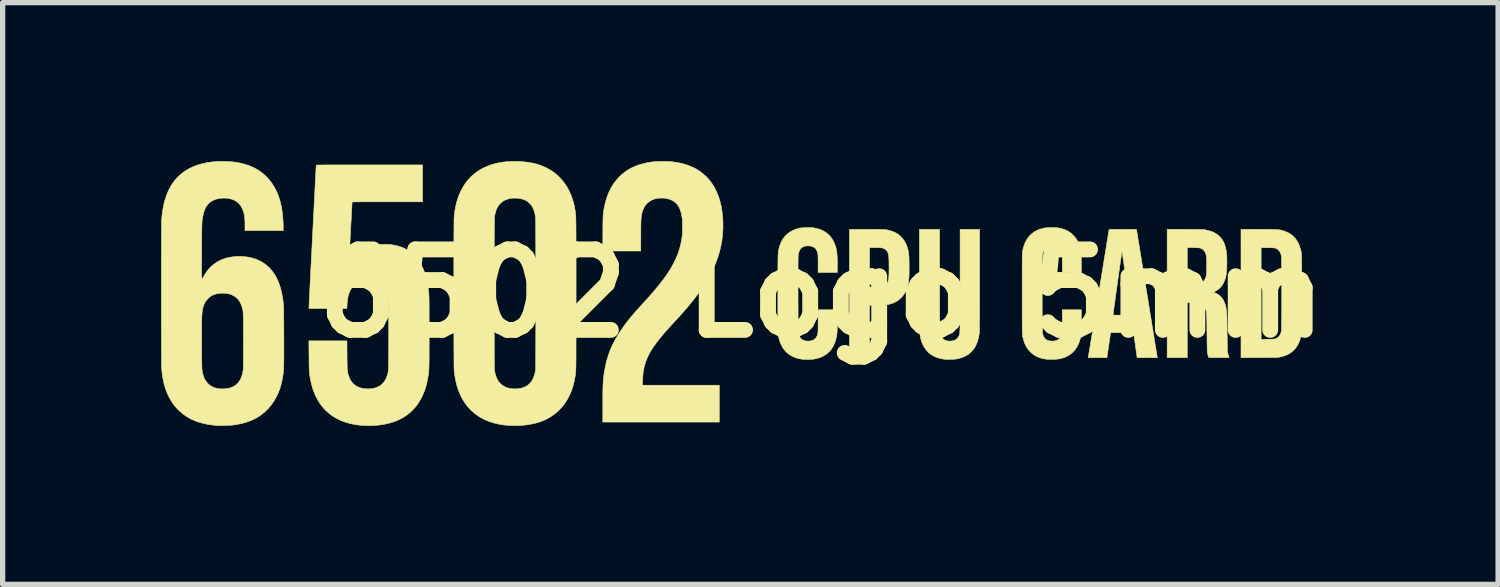
<source format=kicad_pcb>
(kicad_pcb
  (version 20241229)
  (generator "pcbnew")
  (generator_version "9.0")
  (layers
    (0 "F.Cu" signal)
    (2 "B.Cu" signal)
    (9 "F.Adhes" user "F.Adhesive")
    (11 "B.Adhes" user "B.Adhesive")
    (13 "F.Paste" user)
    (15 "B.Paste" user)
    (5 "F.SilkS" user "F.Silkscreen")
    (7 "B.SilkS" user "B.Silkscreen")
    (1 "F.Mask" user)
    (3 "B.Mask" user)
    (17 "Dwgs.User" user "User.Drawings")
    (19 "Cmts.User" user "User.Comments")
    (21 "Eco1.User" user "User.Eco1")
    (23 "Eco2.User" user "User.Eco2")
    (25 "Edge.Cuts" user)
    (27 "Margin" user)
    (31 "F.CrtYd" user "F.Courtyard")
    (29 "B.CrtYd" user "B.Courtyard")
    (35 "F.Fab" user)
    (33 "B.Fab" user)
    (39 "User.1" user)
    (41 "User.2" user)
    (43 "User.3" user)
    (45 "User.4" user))
  (footprint "6502 Logo 5mm"
    (layer "F.Cu")
    (at 12.506 2.506)
    (property "Reference" "6502 Logo 5mm" (at 0 0 0) (layer "F.SilkS") (effects (font (size 1.524 1.524) (thickness 0.3))))
    (attr through_hole)
    (fp_poly (pts (xy 0.839 -1.215) (xy 0.905 -1.215) (xy 0.963 -1.215) (xy 1.014 -1.214) (xy 1.058 -1.214) (xy 1.096 -1.213) (xy 1.13 -1.213) (xy 1.159 -1.211) (xy 1.184 -1.21) (xy 1.206 -1.208) (xy 1.225 -1.206) (xy 1.243 -1.203) (xy 1.26 -1.199) (xy 1.276 -1.195) (xy 1.293 -1.191) (xy 1.31 -1.185) (xy 1.321 -1.182) (xy 1.379 -1.16) (xy 1.432 -1.13) (xy 1.48 -1.094) (xy 1.522 -1.052) (xy 1.559 -1.004) (xy 1.59 -0.95) (xy 1.61 -0.904) (xy 1.619 -0.877) (xy 1.627 -0.851) (xy 1.634 -0.825) (xy 1.64 -0.798) (xy 1.645 -0.77) (xy 1.648 -0.738) (xy 1.651 -0.704) (xy 1.653 -0.664) (xy 1.654 -0.619) (xy 1.655 -0.568) (xy 1.655 -0.509) (xy 1.655 -0.496) (xy 1.655 -0.439) (xy 1.655 -0.39) (xy 1.654 -0.347) (xy 1.652 -0.31) (xy 1.65 -0.277) (xy 1.648 -0.248) (xy 1.645 -0.222) (xy 1.641 -0.197) (xy 1.636 -0.174) (xy 1.63 -0.15) (xy 1.626 -0.137) (xy 1.605 -0.074) (xy 1.577 -0.017) (xy 1.544 0.034) (xy 1.504 0.08) (xy 1.46 0.12) (xy 1.41 0.153) (xy 1.355 0.18) (xy 1.312 0.195) (xy 1.289 0.201) (xy 1.269 0.207) (xy 1.249 0.211) (xy 1.229 0.215) (xy 1.208 0.217) (xy 1.184 0.219) (xy 1.157 0.221) (xy 1.124 0.222) (xy 1.085 0.223) (xy 1.053 0.223) (xy 0.906 0.225) (xy 0.906 1.215) (xy 0.525 1.215) (xy 0.525 -0.868) (xy 0.906 -0.868) (xy 0.906 -0.123) (xy 1.015 -0.123) (xy 1.055 -0.123) (xy 1.086 -0.124) (xy 1.111 -0.125) (xy 1.13 -0.126) (xy 1.142 -0.128) (xy 1.145 -0.129) (xy 1.18 -0.141) (xy 1.208 -0.158) (xy 1.231 -0.18) (xy 1.248 -0.209) (xy 1.261 -0.243) (xy 1.268 -0.278) (xy 1.27 -0.295) (xy 1.271 -0.32) (xy 1.273 -0.35) (xy 1.274 -0.385) (xy 1.274 -0.424) (xy 1.275 -0.465) (xy 1.275 -0.507) (xy 1.274 -0.548) (xy 1.274 -0.588) (xy 1.273 -0.625) (xy 1.272 -0.658) (xy 1.27 -0.685) (xy 1.269 -0.706) (xy 1.268 -0.713) (xy 1.26 -0.752) (xy 1.248 -0.784) (xy 1.231 -0.81) (xy 1.21 -0.831) (xy 1.185 -0.847) (xy 1.172 -0.853) (xy 1.159 -0.858) (xy 1.145 -0.861) (xy 1.128 -0.864) (xy 1.108 -0.866) (xy 1.083 -0.867) (xy 1.053 -0.868) (xy 1.015 -0.868) (xy 1.012 -0.868) (xy 0.906 -0.868) (xy 0.525 -0.868) (xy 0.525 -1.215) (xy 0.839 -1.215)) (stroke (width 0.01) (type solid)) (fill yes) (layer "F.SilkS"))
    (fp_poly (pts (xy 2.232 -0.244) (xy 2.232 -0.136) (xy 2.232 -0.036) (xy 2.233 0.057) (xy 2.233 0.142) (xy 2.233 0.22) (xy 2.233 0.291) (xy 2.233 0.355) (xy 2.233 0.414) (xy 2.234 0.466) (xy 2.234 0.513) (xy 2.234 0.555) (xy 2.235 0.593) (xy 2.235 0.625) (xy 2.236 0.654) (xy 2.236 0.679) (xy 2.237 0.7) (xy 2.238 0.718) (xy 2.239 0.734) (xy 2.24 0.747) (xy 2.242 0.757) (xy 2.243 0.766) (xy 2.245 0.774) (xy 2.246 0.78) (xy 2.248 0.786) (xy 2.25 0.791) (xy 2.253 0.795) (xy 2.255 0.8) (xy 2.258 0.806) (xy 2.259 0.809) (xy 2.271 0.829) (xy 2.287 0.849) (xy 2.306 0.867) (xy 2.324 0.88) (xy 2.327 0.882) (xy 2.356 0.893) (xy 2.39 0.9) (xy 2.426 0.902) (xy 2.463 0.899) (xy 2.498 0.892) (xy 2.525 0.882) (xy 2.545 0.87) (xy 2.565 0.852) (xy 2.583 0.83) (xy 2.596 0.809) (xy 2.599 0.802) (xy 2.601 0.796) (xy 2.603 0.79) (xy 2.605 0.785) (xy 2.607 0.779) (xy 2.609 0.773) (xy 2.61 0.766) (xy 2.612 0.758) (xy 2.613 0.748) (xy 2.614 0.737) (xy 2.615 0.723) (xy 2.616 0.707) (xy 2.617 0.688) (xy 2.618 0.665) (xy 2.618 0.639) (xy 2.619 0.61) (xy 2.619 0.576) (xy 2.619 0.537) (xy 2.62 0.494) (xy 2.62 0.446) (xy 2.62 0.391) (xy 2.62 0.331) (xy 2.62 0.265) (xy 2.62 0.193) (xy 2.62 0.113) (xy 2.62 0.026) (xy 2.62 -0.068) (xy 2.62 -0.17) (xy 2.62 -0.25) (xy 2.62 -1.215) (xy 2.989 -1.215) (xy 2.989 -0.256) (xy 2.989 -0.131) (xy 2.989 -0.015) (xy 2.989 0.093) (xy 2.988 0.192) (xy 2.988 0.283) (xy 2.988 0.366) (xy 2.988 0.441) (xy 2.987 0.507) (xy 2.987 0.565) (xy 2.987 0.615) (xy 2.986 0.657) (xy 2.986 0.691) (xy 2.985 0.717) (xy 2.985 0.734) (xy 2.984 0.744) (xy 2.984 0.744) (xy 2.973 0.817) (xy 2.956 0.886) (xy 2.934 0.948) (xy 2.907 1.005) (xy 2.886 1.039) (xy 2.87 1.06) (xy 2.85 1.084) (xy 2.827 1.107) (xy 2.804 1.129) (xy 2.786 1.145) (xy 2.746 1.171) (xy 2.7 1.195) (xy 2.65 1.215) (xy 2.596 1.231) (xy 2.575 1.236) (xy 2.552 1.24) (xy 2.523 1.243) (xy 2.489 1.246) (xy 2.452 1.247) (xy 2.414 1.248) (xy 2.378 1.248) (xy 2.345 1.246) (xy 2.317 1.244) (xy 2.301 1.242) (xy 2.232 1.228) (xy 2.17 1.208) (xy 2.113 1.182) (xy 2.063 1.151) (xy 2.018 1.113) (xy 1.978 1.07) (xy 1.943 1.019) (xy 1.923 0.983) (xy 1.902 0.939) (xy 1.886 0.895) (xy 1.873 0.849) (xy 1.864 0.799) (xy 1.857 0.744) (xy 1.854 0.715) (xy 1.854 0.704) (xy 1.853 0.684) (xy 1.853 0.656) (xy 1.852 0.62) (xy 1.852 0.577) (xy 1.852 0.525) (xy 1.851 0.466) (xy 1.851 0.4) (xy 1.851 0.326) (xy 1.851 0.245) (xy 1.85 0.157) (xy 1.85 0.062) (xy 1.85 -0.039) (xy 1.85 -0.147) (xy 1.85 -0.261) (xy 1.85 -0.278) (xy 1.85 -1.215) (xy 2.231 -1.215) (xy 2.232 -0.244)) (stroke (width 0.01) (type solid)) (fill yes) (layer "F.SilkS"))
    (fp_poly (pts (xy 8.284 -1.214) (xy 8.348 -1.213) (xy 8.404 -1.213) (xy 8.453 -1.213) (xy 8.495 -1.213) (xy 8.532 -1.212) (xy 8.563 -1.211) (xy 8.59 -1.211) (xy 8.613 -1.21) (xy 8.633 -1.208) (xy 8.65 -1.207) (xy 8.664 -1.205) (xy 8.678 -1.203) (xy 8.691 -1.2) (xy 8.703 -1.197) (xy 8.717 -1.194) (xy 8.731 -1.189) (xy 8.74 -1.187) (xy 8.772 -1.176) (xy 8.806 -1.162) (xy 8.839 -1.146) (xy 8.87 -1.128) (xy 8.89 -1.114) (xy 8.933 -1.077) (xy 8.97 -1.036) (xy 9.002 -0.991) (xy 9.029 -0.94) (xy 9.051 -0.883) (xy 9.07 -0.819) (xy 9.079 -0.775) (xy 9.08 -0.769) (xy 9.081 -0.763) (xy 9.082 -0.757) (xy 9.083 -0.749) (xy 9.083 -0.739) (xy 9.084 -0.727) (xy 9.084 -0.713) (xy 9.085 -0.697) (xy 9.085 -0.676) (xy 9.086 -0.653) (xy 9.086 -0.625) (xy 9.086 -0.593) (xy 9.086 -0.556) (xy 9.086 -0.514) (xy 9.087 -0.467) (xy 9.087 -0.413) (xy 9.087 -0.354) (xy 9.087 -0.287) (xy 9.087 -0.213) (xy 9.087 -0.132) (xy 9.087 -0.043) (xy 9.087 0) (xy 9.087 0.093) (xy 9.087 0.177) (xy 9.087 0.254) (xy 9.087 0.324) (xy 9.087 0.387) (xy 9.087 0.443) (xy 9.086 0.493) (xy 9.086 0.538) (xy 9.086 0.577) (xy 9.086 0.611) (xy 9.086 0.641) (xy 9.085 0.666) (xy 9.085 0.688) (xy 9.085 0.706) (xy 9.084 0.721) (xy 9.083 0.734) (xy 9.083 0.745) (xy 9.082 0.753) (xy 9.081 0.76) (xy 9.081 0.767) (xy 9.08 0.772) (xy 9.079 0.775) (xy 9.065 0.839) (xy 9.047 0.896) (xy 9.026 0.947) (xy 9.001 0.992) (xy 8.972 1.034) (xy 8.945 1.064) (xy 8.907 1.1) (xy 8.865 1.131) (xy 8.819 1.157) (xy 8.767 1.178) (xy 8.709 1.195) (xy 8.666 1.205) (xy 8.658 1.206) (xy 8.65 1.207) (xy 8.64 1.208) (xy 8.627 1.209) (xy 8.612 1.21) (xy 8.593 1.211) (xy 8.57 1.211) (xy 8.543 1.212) (xy 8.51 1.212) (xy 8.472 1.213) (xy 8.427 1.213) (xy 8.375 1.213) (xy 8.316 1.214) (xy 8.284 1.214) (xy 7.938 1.215) (xy 7.938 0.868) (xy 8.319 0.868) (xy 8.442 0.867) (xy 8.48 0.866) (xy 8.51 0.866) (xy 8.534 0.865) (xy 8.552 0.864) (xy 8.566 0.863) (xy 8.577 0.861) (xy 8.585 0.859) (xy 8.588 0.858) (xy 8.621 0.844) (xy 8.648 0.823) (xy 8.67 0.797) (xy 8.687 0.764) (xy 8.699 0.724) (xy 8.702 0.71) (xy 8.703 0.701) (xy 8.704 0.685) (xy 8.704 0.661) (xy 8.705 0.63) (xy 8.706 0.593) (xy 8.706 0.551) (xy 8.707 0.503) (xy 8.707 0.451) (xy 8.708 0.395) (xy 8.708 0.335) (xy 8.708 0.273) (xy 8.708 0.208) (xy 8.708 0.142) (xy 8.709 0.074) (xy 8.709 0.006) (xy 8.709 -0.062) (xy 8.708 -0.13) (xy 8.708 -0.197) (xy 8.708 -0.262) (xy 8.708 -0.325) (xy 8.708 -0.385) (xy 8.707 -0.441) (xy 8.707 -0.494) (xy 8.706 -0.543) (xy 8.706 -0.586) (xy 8.705 -0.624) (xy 8.705 -0.656) (xy 8.704 -0.681) (xy 8.703 -0.699) (xy 8.702 -0.709) (xy 8.702 -0.71) (xy 8.693 -0.749) (xy 8.679 -0.781) (xy 8.662 -0.807) (xy 8.641 -0.829) (xy 8.63 -0.837) (xy 8.619 -0.844) (xy 8.608 -0.85) (xy 8.597 -0.855) (xy 8.584 -0.859) (xy 8.569 -0.862) (xy 8.549 -0.864) (xy 8.526 -0.865) (xy 8.496 -0.866) (xy 8.46 -0.867) (xy 8.442 -0.867) (xy 8.319 -0.868) (xy 8.319 0.868) (xy 7.938 0.868) (xy 7.938 -1.215) (xy 8.284 -1.214)) (stroke (width 0.01) (type solid)) (fill yes) (layer "F.SilkS"))
    (fp_poly (pts (xy 6.882 -1.214) (xy 6.944 -1.213) (xy 6.999 -1.213) (xy 7.046 -1.213) (xy 7.086 -1.213) (xy 7.12 -1.212) (xy 7.149 -1.212) (xy 7.174 -1.211) (xy 7.194 -1.211) (xy 7.211 -1.21) (xy 7.225 -1.209) (xy 7.236 -1.208) (xy 7.246 -1.207) (xy 7.255 -1.206) (xy 7.264 -1.205) (xy 7.271 -1.203) (xy 7.337 -1.187) (xy 7.397 -1.167) (xy 7.451 -1.141) (xy 7.498 -1.11) (xy 7.539 -1.074) (xy 7.574 -1.031) (xy 7.604 -0.983) (xy 7.628 -0.929) (xy 7.646 -0.868) (xy 7.66 -0.801) (xy 7.666 -0.748) (xy 7.668 -0.725) (xy 7.669 -0.696) (xy 7.67 -0.662) (xy 7.671 -0.624) (xy 7.671 -0.584) (xy 7.67 -0.544) (xy 7.67 -0.506) (xy 7.669 -0.471) (xy 7.667 -0.441) (xy 7.666 -0.428) (xy 7.658 -0.358) (xy 7.644 -0.294) (xy 7.624 -0.236) (xy 7.599 -0.184) (xy 7.568 -0.138) (xy 7.532 -0.099) (xy 7.491 -0.066) (xy 7.456 -0.045) (xy 7.441 -0.037) (xy 7.429 -0.03) (xy 7.422 -0.025) (xy 7.421 -0.024) (xy 7.425 -0.02) (xy 7.431 -0.018) (xy 7.438 -0.015) (xy 7.452 -0.009) (xy 7.468 -0.002) (xy 7.478 0.004) (xy 7.514 0.025) (xy 7.548 0.053) (xy 7.577 0.085) (xy 7.601 0.12) (xy 7.606 0.129) (xy 7.624 0.168) (xy 7.639 0.21) (xy 7.651 0.257) (xy 7.661 0.309) (xy 7.665 0.339) (xy 7.666 0.35) (xy 7.667 0.363) (xy 7.668 0.378) (xy 7.669 0.396) (xy 7.67 0.418) (xy 7.671 0.444) (xy 7.672 0.474) (xy 7.672 0.51) (xy 7.673 0.552) (xy 7.674 0.6) (xy 7.674 0.655) (xy 7.675 0.718) (xy 7.675 0.739) (xy 7.676 0.81) (xy 7.677 0.875) (xy 7.678 0.932) (xy 7.679 0.982) (xy 7.679 1.023) (xy 7.68 1.058) (xy 7.681 1.084) (xy 7.682 1.102) (xy 7.683 1.111) (xy 7.687 1.127) (xy 7.693 1.148) (xy 7.699 1.169) (xy 7.701 1.174) (xy 7.706 1.19) (xy 7.71 1.204) (xy 7.713 1.212) (xy 7.713 1.213) (xy 7.709 1.214) (xy 7.697 1.214) (xy 7.679 1.214) (xy 7.654 1.214) (xy 7.625 1.214) (xy 7.591 1.214) (xy 7.554 1.214) (xy 7.52 1.214) (xy 7.327 1.213) (xy 7.321 1.196) (xy 7.317 1.184) (xy 7.312 1.167) (xy 7.307 1.148) (xy 7.306 1.143) (xy 7.304 1.136) (xy 7.303 1.129) (xy 7.302 1.122) (xy 7.301 1.113) (xy 7.3 1.102) (xy 7.299 1.088) (xy 7.298 1.071) (xy 7.298 1.051) (xy 7.297 1.026) (xy 7.297 0.997) (xy 7.296 0.961) (xy 7.296 0.92) (xy 7.295 0.872) (xy 7.295 0.817) (xy 7.294 0.754) (xy 7.294 0.751) (xy 7.293 0.685) (xy 7.293 0.626) (xy 7.292 0.575) (xy 7.292 0.53) (xy 7.291 0.492) (xy 7.29 0.459) (xy 7.289 0.431) (xy 7.288 0.407) (xy 7.287 0.387) (xy 7.285 0.37) (xy 7.284 0.355) (xy 7.282 0.343) (xy 7.279 0.332) (xy 7.277 0.321) (xy 7.273 0.311) (xy 7.27 0.302) (xy 7.255 0.266) (xy 7.235 0.237) (xy 7.21 0.215) (xy 7.182 0.198) (xy 7.162 0.19) (xy 7.142 0.184) (xy 7.118 0.18) (xy 7.09 0.176) (xy 7.057 0.175) (xy 7.017 0.174) (xy 7.005 0.174) (xy 6.921 0.174) (xy 6.921 1.215) (xy 6.54 1.215) (xy 6.54 -0.868) (xy 6.921 -0.868) (xy 6.921 -0.173) (xy 7.02 -0.175) (xy 7.057 -0.176) (xy 7.086 -0.177) (xy 7.109 -0.178) (xy 7.126 -0.18) (xy 7.14 -0.183) (xy 7.143 -0.184) (xy 7.181 -0.198) (xy 7.213 -0.218) (xy 7.24 -0.245) (xy 7.26 -0.277) (xy 7.275 -0.316) (xy 7.28 -0.334) (xy 7.282 -0.349) (xy 7.284 -0.371) (xy 7.286 -0.399) (xy 7.287 -0.431) (xy 7.288 -0.467) (xy 7.288 -0.505) (xy 7.288 -0.543) (xy 7.288 -0.581) (xy 7.287 -0.617) (xy 7.286 -0.65) (xy 7.284 -0.678) (xy 7.282 -0.701) (xy 7.28 -0.717) (xy 7.28 -0.717) (xy 7.268 -0.759) (xy 7.252 -0.793) (xy 7.23 -0.821) (xy 7.203 -0.842) (xy 7.172 -0.857) (xy 7.146 -0.864) (xy 7.135 -0.865) (xy 7.118 -0.866) (xy 7.095 -0.867) (xy 7.068 -0.867) (xy 7.039 -0.868) (xy 7.023 -0.868) (xy 6.921 -0.868) (xy 6.54 -0.868) (xy 6.54 -1.215) (xy 6.882 -1.214)) (stroke (width 0.01) (type solid)) (fill yes) (layer "F.SilkS"))
    (fp_poly (pts (xy -2.942 -2.499) (xy -2.898 -2.498) (xy -2.858 -2.496) (xy -2.825 -2.493) (xy -2.819 -2.492) (xy -2.721 -2.477) (xy -2.628 -2.457) (xy -2.542 -2.431) (xy -2.461 -2.399) (xy -2.385 -2.362) (xy -2.315 -2.318) (xy -2.249 -2.268) (xy -2.187 -2.213) (xy -2.182 -2.208) (xy -2.125 -2.145) (xy -2.073 -2.075) (xy -2.027 -1.999) (xy -1.987 -1.918) (xy -1.952 -1.831) (xy -1.924 -1.739) (xy -1.901 -1.643) (xy -1.891 -1.581) (xy -1.877 -1.472) (xy -1.87 -1.36) (xy -1.869 -1.247) (xy -1.875 -1.136) (xy -1.886 -1.029) (xy -1.888 -1.012) (xy -1.907 -0.909) (xy -1.93 -0.808) (xy -1.959 -0.708) (xy -1.994 -0.608) (xy -2.035 -0.508) (xy -2.083 -0.408) (xy -2.137 -0.307) (xy -2.197 -0.205) (xy -2.265 -0.102) (xy -2.339 0.004) (xy -2.421 0.112) (xy -2.51 0.222) (xy -2.549 0.269) (xy -2.59 0.316) (xy -2.634 0.366) (xy -2.681 0.419) (xy -2.733 0.476) (xy -2.783 0.531) (xy -2.821 0.572) (xy -2.854 0.608) (xy -2.883 0.64) (xy -2.908 0.667) (xy -2.93 0.692) (xy -2.951 0.715) (xy -2.969 0.736) (xy -2.987 0.757) (xy -3.006 0.779) (xy -3.024 0.8) (xy -3.083 0.872) (xy -3.135 0.94) (xy -3.181 1.005) (xy -3.222 1.066) (xy -3.257 1.126) (xy -3.287 1.184) (xy -3.312 1.241) (xy -3.334 1.297) (xy -3.348 1.344) (xy -3.359 1.385) (xy -3.368 1.426) (xy -3.376 1.466) (xy -3.381 1.508) (xy -3.385 1.554) (xy -3.388 1.606) (xy -3.389 1.641) (xy -3.392 1.736) (xy -1.939 1.736) (xy -1.939 2.434) (xy -4.144 2.434) (xy -4.144 2.109) (xy -4.144 2.034) (xy -4.144 1.967) (xy -4.144 1.907) (xy -4.143 1.853) (xy -4.142 1.805) (xy -4.141 1.761) (xy -4.139 1.721) (xy -4.137 1.685) (xy -4.135 1.651) (xy -4.132 1.619) (xy -4.129 1.587) (xy -4.125 1.556) (xy -4.121 1.525) (xy -4.116 1.492) (xy -4.114 1.482) (xy -4.094 1.371) (xy -4.069 1.266) (xy -4.038 1.165) (xy -4.002 1.067) (xy -3.959 0.971) (xy -3.909 0.874) (xy -3.852 0.778) (xy -3.816 0.722) (xy -3.779 0.667) (xy -3.741 0.613) (xy -3.701 0.559) (xy -3.659 0.504) (xy -3.613 0.448) (xy -3.564 0.39) (xy -3.51 0.328) (xy -3.451 0.262) (xy -3.387 0.193) (xy -3.299 0.097) (xy -3.219 0.005) (xy -3.144 -0.082) (xy -3.076 -0.165) (xy -3.013 -0.246) (xy -2.957 -0.323) (xy -2.905 -0.398) (xy -2.859 -0.472) (xy -2.818 -0.543) (xy -2.782 -0.613) (xy -2.75 -0.683) (xy -2.722 -0.752) (xy -2.698 -0.821) (xy -2.679 -0.891) (xy -2.662 -0.962) (xy -2.649 -1.034) (xy -2.643 -1.075) (xy -2.64 -1.1) (xy -2.638 -1.131) (xy -2.637 -1.167) (xy -2.636 -1.206) (xy -2.635 -1.246) (xy -2.635 -1.287) (xy -2.636 -1.326) (xy -2.637 -1.362) (xy -2.638 -1.393) (xy -2.64 -1.417) (xy -2.641 -1.422) (xy -2.652 -1.486) (xy -2.665 -1.543) (xy -2.682 -1.593) (xy -2.702 -1.636) (xy -2.726 -1.674) (xy -2.754 -1.707) (xy -2.787 -1.735) (xy -2.805 -1.748) (xy -2.846 -1.77) (xy -2.892 -1.787) (xy -2.942 -1.799) (xy -2.995 -1.806) (xy -3.049 -1.806) (xy -3.103 -1.802) (xy -3.156 -1.791) (xy -3.165 -1.788) (xy -3.215 -1.77) (xy -3.26 -1.744) (xy -3.3 -1.712) (xy -3.334 -1.674) (xy -3.363 -1.63) (xy -3.386 -1.579) (xy -3.391 -1.565) (xy -3.397 -1.545) (xy -3.402 -1.527) (xy -3.407 -1.507) (xy -3.411 -1.487) (xy -3.414 -1.464) (xy -3.417 -1.439) (xy -3.419 -1.411) (xy -3.421 -1.379) (xy -3.422 -1.342) (xy -3.423 -1.3) (xy -3.424 -1.252) (xy -3.424 -1.198) (xy -3.425 -1.137) (xy -3.425 -1.081) (xy -3.425 -0.804) (xy -4.145 -0.804) (xy -4.143 -1.127) (xy -4.143 -1.191) (xy -4.143 -1.248) (xy -4.142 -1.298) (xy -4.142 -1.341) (xy -4.141 -1.379) (xy -4.14 -1.412) (xy -4.139 -1.441) (xy -4.138 -1.467) (xy -4.136 -1.49) (xy -4.134 -1.512) (xy -4.132 -1.532) (xy -4.129 -1.553) (xy -4.126 -1.573) (xy -4.122 -1.595) (xy -4.118 -1.619) (xy -4.117 -1.626) (xy -4.095 -1.724) (xy -4.067 -1.818) (xy -4.033 -1.906) (xy -3.993 -1.989) (xy -3.947 -2.066) (xy -3.895 -2.137) (xy -3.837 -2.203) (xy -3.774 -2.262) (xy -3.705 -2.315) (xy -3.633 -2.36) (xy -3.565 -2.394) (xy -3.49 -2.424) (xy -3.41 -2.45) (xy -3.325 -2.471) (xy -3.235 -2.487) (xy -3.196 -2.492) (xy -3.164 -2.495) (xy -3.125 -2.497) (xy -3.082 -2.499) (xy -3.036 -2.5) (xy -2.988 -2.5) (xy -2.942 -2.499)) (stroke (width 0.01) (type solid)) (fill yes) (layer "F.SilkS"))
    (fp_poly (pts (xy -0.225 -1.248) (xy -0.195 -1.247) (xy -0.171 -1.245) (xy -0.102 -1.233) (xy -0.037 -1.215) (xy 0.021 -1.19) (xy 0.075 -1.159) (xy 0.123 -1.121) (xy 0.165 -1.077) (xy 0.202 -1.027) (xy 0.232 -0.97) (xy 0.257 -0.908) (xy 0.257 -0.907) (xy 0.267 -0.878) (xy 0.274 -0.847) (xy 0.281 -0.815) (xy 0.286 -0.78) (xy 0.29 -0.741) (xy 0.293 -0.697) (xy 0.295 -0.648) (xy 0.296 -0.592) (xy 0.296 -0.529) (xy 0.296 -0.526) (xy 0.296 -0.398) (xy -0.068 -0.398) (xy -0.068 -0.56) (xy -0.068 -0.606) (xy -0.068 -0.647) (xy -0.069 -0.683) (xy -0.07 -0.711) (xy -0.071 -0.733) (xy -0.072 -0.747) (xy -0.073 -0.749) (xy -0.083 -0.79) (xy -0.099 -0.824) (xy -0.12 -0.853) (xy -0.147 -0.875) (xy -0.179 -0.89) (xy -0.217 -0.899) (xy -0.257 -0.902) (xy -0.3 -0.899) (xy -0.337 -0.89) (xy -0.368 -0.874) (xy -0.394 -0.852) (xy -0.415 -0.824) (xy -0.43 -0.789) (xy -0.441 -0.748) (xy -0.445 -0.72) (xy -0.445 -0.71) (xy -0.446 -0.691) (xy -0.446 -0.664) (xy -0.447 -0.628) (xy -0.447 -0.584) (xy -0.448 -0.533) (xy -0.448 -0.473) (xy -0.448 -0.405) (xy -0.448 -0.329) (xy -0.448 -0.245) (xy -0.448 -0.154) (xy -0.448 -0.055) (xy -0.448 0.03) (xy -0.448 0.122) (xy -0.447 0.205) (xy -0.447 0.282) (xy -0.447 0.35) (xy -0.447 0.412) (xy -0.447 0.468) (xy -0.446 0.517) (xy -0.446 0.561) (xy -0.446 0.6) (xy -0.445 0.633) (xy -0.445 0.662) (xy -0.444 0.687) (xy -0.443 0.708) (xy -0.442 0.726) (xy -0.441 0.741) (xy -0.44 0.753) (xy -0.439 0.764) (xy -0.437 0.772) (xy -0.436 0.779) (xy -0.434 0.786) (xy -0.432 0.791) (xy -0.429 0.797) (xy -0.427 0.803) (xy -0.424 0.809) (xy -0.424 0.81) (xy -0.413 0.829) (xy -0.397 0.849) (xy -0.378 0.867) (xy -0.366 0.877) (xy -0.338 0.89) (xy -0.305 0.898) (xy -0.269 0.902) (xy -0.232 0.901) (xy -0.197 0.895) (xy -0.164 0.885) (xy -0.159 0.882) (xy -0.14 0.87) (xy -0.12 0.852) (xy -0.103 0.832) (xy -0.091 0.811) (xy -0.091 0.81) (xy -0.086 0.799) (xy -0.082 0.788) (xy -0.078 0.776) (xy -0.075 0.764) (xy -0.073 0.749) (xy -0.071 0.732) (xy -0.07 0.711) (xy -0.069 0.686) (xy -0.068 0.656) (xy -0.068 0.62) (xy -0.068 0.577) (xy -0.068 0.526) (xy -0.068 0.518) (xy -0.068 0.309) (xy 0.296 0.309) (xy 0.296 0.482) (xy 0.296 0.543) (xy 0.295 0.598) (xy 0.295 0.645) (xy 0.293 0.687) (xy 0.291 0.723) (xy 0.289 0.754) (xy 0.286 0.783) (xy 0.282 0.808) (xy 0.279 0.824) (xy 0.262 0.893) (xy 0.239 0.956) (xy 0.21 1.013) (xy 0.175 1.065) (xy 0.134 1.11) (xy 0.088 1.149) (xy 0.036 1.182) (xy -0.022 1.209) (xy -0.084 1.229) (xy -0.089 1.23) (xy -0.112 1.235) (xy -0.137 1.24) (xy -0.16 1.244) (xy -0.165 1.244) (xy -0.181 1.246) (xy -0.204 1.247) (xy -0.23 1.248) (xy -0.26 1.248) (xy -0.289 1.248) (xy -0.316 1.248) (xy -0.34 1.247) (xy -0.357 1.246) (xy -0.36 1.246) (xy -0.429 1.235) (xy -0.493 1.217) (xy -0.552 1.192) (xy -0.606 1.161) (xy -0.655 1.123) (xy -0.697 1.08) (xy -0.735 1.03) (xy -0.766 0.974) (xy -0.791 0.912) (xy -0.807 0.857) (xy -0.81 0.846) (xy -0.812 0.835) (xy -0.815 0.824) (xy -0.817 0.813) (xy -0.819 0.802) (xy -0.82 0.79) (xy -0.822 0.776) (xy -0.823 0.761) (xy -0.824 0.743) (xy -0.825 0.723) (xy -0.826 0.7) (xy -0.827 0.673) (xy -0.828 0.642) (xy -0.828 0.608) (xy -0.829 0.569) (xy -0.829 0.524) (xy -0.829 0.474) (xy -0.829 0.419) (xy -0.83 0.357) (xy -0.83 0.288) (xy -0.83 0.213) (xy -0.83 0.129) (xy -0.83 0.038) (xy -0.83 0) (xy -0.83 -0.094) (xy -0.83 -0.181) (xy -0.83 -0.259) (xy -0.83 -0.33) (xy -0.83 -0.395) (xy -0.829 -0.453) (xy -0.829 -0.505) (xy -0.829 -0.552) (xy -0.828 -0.593) (xy -0.828 -0.629) (xy -0.827 -0.661) (xy -0.827 -0.689) (xy -0.826 -0.714) (xy -0.825 -0.735) (xy -0.824 -0.754) (xy -0.822 -0.77) (xy -0.821 -0.785) (xy -0.819 -0.797) (xy -0.817 -0.809) (xy -0.815 -0.82) (xy -0.813 -0.831) (xy -0.811 -0.841) (xy -0.808 -0.853) (xy -0.807 -0.857) (xy -0.787 -0.924) (xy -0.761 -0.985) (xy -0.729 -1.039) (xy -0.691 -1.088) (xy -0.647 -1.13) (xy -0.598 -1.166) (xy -0.543 -1.196) (xy -0.482 -1.22) (xy -0.415 -1.238) (xy -0.411 -1.239) (xy -0.389 -1.242) (xy -0.361 -1.244) (xy -0.329 -1.246) (xy -0.294 -1.248) (xy -0.259 -1.248) (xy -0.225 -1.248)) (stroke (width 0.01) (type solid)) (fill yes) (layer "F.SilkS"))
    (fp_poly (pts (xy 4.375 -1.247) (xy 4.412 -1.246) (xy 4.446 -1.244) (xy 4.475 -1.242) (xy 4.494 -1.239) (xy 4.556 -1.224) (xy 4.612 -1.205) (xy 4.663 -1.18) (xy 4.71 -1.149) (xy 4.751 -1.114) (xy 4.79 -1.072) (xy 4.823 -1.028) (xy 4.851 -0.978) (xy 4.874 -0.924) (xy 4.893 -0.863) (xy 4.903 -0.819) (xy 4.905 -0.807) (xy 4.907 -0.796) (xy 4.909 -0.784) (xy 4.91 -0.771) (xy 4.911 -0.756) (xy 4.912 -0.737) (xy 4.912 -0.714) (xy 4.913 -0.686) (xy 4.913 -0.652) (xy 4.914 -0.611) (xy 4.914 -0.585) (xy 4.916 -0.398) (xy 4.555 -0.398) (xy 4.555 -0.558) (xy 4.555 -0.606) (xy 4.555 -0.645) (xy 4.554 -0.678) (xy 4.553 -0.706) (xy 4.551 -0.729) (xy 4.549 -0.747) (xy 4.546 -0.764) (xy 4.543 -0.778) (xy 4.538 -0.791) (xy 4.533 -0.804) (xy 4.531 -0.809) (xy 4.513 -0.84) (xy 4.489 -0.865) (xy 4.461 -0.883) (xy 4.427 -0.895) (xy 4.387 -0.901) (xy 4.365 -0.902) (xy 4.322 -0.899) (xy 4.285 -0.889) (xy 4.254 -0.874) (xy 4.228 -0.852) (xy 4.207 -0.824) (xy 4.191 -0.789) (xy 4.18 -0.747) (xy 4.18 -0.745) (xy 4.179 -0.736) (xy 4.179 -0.72) (xy 4.178 -0.696) (xy 4.177 -0.665) (xy 4.177 -0.628) (xy 4.176 -0.585) (xy 4.176 -0.537) (xy 4.175 -0.485) (xy 4.175 -0.428) (xy 4.175 -0.368) (xy 4.174 -0.304) (xy 4.174 -0.239) (xy 4.174 -0.171) (xy 4.174 -0.102) (xy 4.174 -0.032) (xy 4.174 0.038) (xy 4.174 0.108) (xy 4.174 0.177) (xy 4.174 0.244) (xy 4.174 0.31) (xy 4.175 0.373) (xy 4.175 0.433) (xy 4.175 0.49) (xy 4.176 0.543) (xy 4.176 0.59) (xy 4.177 0.633) (xy 4.177 0.67) (xy 4.178 0.701) (xy 4.179 0.725) (xy 4.179 0.741) (xy 4.18 0.749) (xy 4.188 0.782) (xy 4.2 0.812) (xy 4.214 0.838) (xy 4.219 0.844) (xy 4.24 0.866) (xy 4.269 0.883) (xy 4.302 0.895) (xy 4.341 0.901) (xy 4.365 0.902) (xy 4.408 0.899) (xy 4.445 0.89) (xy 4.476 0.874) (xy 4.502 0.853) (xy 4.523 0.825) (xy 4.539 0.79) (xy 4.549 0.754) (xy 4.55 0.746) (xy 4.551 0.735) (xy 4.552 0.722) (xy 4.553 0.705) (xy 4.554 0.684) (xy 4.554 0.658) (xy 4.555 0.626) (xy 4.555 0.588) (xy 4.555 0.542) (xy 4.555 0.516) (xy 4.555 0.309) (xy 4.916 0.309) (xy 4.914 0.543) (xy 4.913 0.596) (xy 4.913 0.642) (xy 4.912 0.682) (xy 4.912 0.715) (xy 4.911 0.743) (xy 4.909 0.768) (xy 4.907 0.788) (xy 4.905 0.807) (xy 4.902 0.824) (xy 4.899 0.84) (xy 4.895 0.856) (xy 4.89 0.874) (xy 4.884 0.893) (xy 4.881 0.903) (xy 4.858 0.963) (xy 4.828 1.019) (xy 4.792 1.07) (xy 4.751 1.115) (xy 4.703 1.154) (xy 4.651 1.186) (xy 4.594 1.212) (xy 4.578 1.217) (xy 4.55 1.226) (xy 4.523 1.233) (xy 4.497 1.238) (xy 4.468 1.242) (xy 4.436 1.245) (xy 4.399 1.246) (xy 4.369 1.247) (xy 4.341 1.247) (xy 4.315 1.247) (xy 4.293 1.247) (xy 4.276 1.247) (xy 4.265 1.247) (xy 4.263 1.246) (xy 4.254 1.245) (xy 4.24 1.242) (xy 4.222 1.239) (xy 4.213 1.238) (xy 4.148 1.223) (xy 4.088 1.201) (xy 4.033 1.172) (xy 3.983 1.137) (xy 3.938 1.095) (xy 3.899 1.047) (xy 3.866 0.994) (xy 3.839 0.935) (xy 3.819 0.87) (xy 3.817 0.863) (xy 3.814 0.852) (xy 3.812 0.843) (xy 3.809 0.833) (xy 3.807 0.824) (xy 3.806 0.815) (xy 3.804 0.805) (xy 3.803 0.793) (xy 3.801 0.781) (xy 3.8 0.766) (xy 3.799 0.749) (xy 3.798 0.729) (xy 3.798 0.706) (xy 3.797 0.68) (xy 3.797 0.65) (xy 3.796 0.615) (xy 3.796 0.576) (xy 3.796 0.532) (xy 3.795 0.482) (xy 3.795 0.426) (xy 3.795 0.365) (xy 3.795 0.296) (xy 3.795 0.22) (xy 3.795 0.137) (xy 3.795 0.046) (xy 3.795 0) (xy 3.795 -0.095) (xy 3.795 -0.182) (xy 3.795 -0.261) (xy 3.795 -0.333) (xy 3.795 -0.398) (xy 3.795 -0.457) (xy 3.796 -0.509) (xy 3.796 -0.556) (xy 3.796 -0.598) (xy 3.796 -0.634) (xy 3.797 -0.666) (xy 3.797 -0.695) (xy 3.798 -0.719) (xy 3.799 -0.74) (xy 3.8 -0.758) (xy 3.801 -0.774) (xy 3.802 -0.788) (xy 3.803 -0.8) (xy 3.805 -0.81) (xy 3.807 -0.82) (xy 3.809 -0.829) (xy 3.811 -0.838) (xy 3.813 -0.848) (xy 3.815 -0.858) (xy 3.817 -0.863) (xy 3.837 -0.928) (xy 3.863 -0.987) (xy 3.895 -1.041) (xy 3.934 -1.09) (xy 3.937 -1.093) (xy 3.978 -1.132) (xy 4.022 -1.165) (xy 4.071 -1.193) (xy 4.125 -1.215) (xy 4.185 -1.233) (xy 4.214 -1.239) (xy 4.237 -1.242) (xy 4.267 -1.245) (xy 4.301 -1.246) (xy 4.337 -1.247) (xy 4.375 -1.247)) (stroke (width 0.01) (type solid)) (fill yes) (layer "F.SilkS"))
    (fp_poly (pts (xy 5.756 -1.215) (xy 5.804 -1.215) (xy 5.844 -1.215) (xy 5.878 -1.214) (xy 5.905 -1.214) (xy 5.926 -1.213) (xy 5.941 -1.213) (xy 5.952 -1.212) (xy 5.958 -1.211) (xy 5.96 -1.21) (xy 5.961 -1.21) (xy 5.961 -1.205) (xy 5.963 -1.193) (xy 5.966 -1.173) (xy 5.971 -1.146) (xy 5.976 -1.112) (xy 5.983 -1.072) (xy 5.99 -1.025) (xy 5.998 -0.974) (xy 6.008 -0.917) (xy 6.018 -0.855) (xy 6.028 -0.789) (xy 6.04 -0.72) (xy 6.052 -0.646) (xy 6.064 -0.57) (xy 6.077 -0.491) (xy 6.09 -0.409) (xy 6.104 -0.326) (xy 6.117 -0.241) (xy 6.131 -0.155) (xy 6.145 -0.068) (xy 6.16 0.019) (xy 6.174 0.106) (xy 6.188 0.192) (xy 6.202 0.278) (xy 6.215 0.362) (xy 6.229 0.445) (xy 6.242 0.525) (xy 6.254 0.603) (xy 6.267 0.678) (xy 6.278 0.749) (xy 6.289 0.817) (xy 6.3 0.881) (xy 6.309 0.94) (xy 6.318 0.994) (xy 6.326 1.043) (xy 6.333 1.087) (xy 6.339 1.124) (xy 6.344 1.154) (xy 6.348 1.178) (xy 6.351 1.194) (xy 6.352 1.202) (xy 6.353 1.203) (xy 6.355 1.215) (xy 5.973 1.215) (xy 5.971 1.205) (xy 5.97 1.2) (xy 5.968 1.186) (xy 5.965 1.167) (xy 5.962 1.141) (xy 5.957 1.112) (xy 5.953 1.079) (xy 5.947 1.043) (xy 5.942 1.005) (xy 5.937 0.967) (xy 5.931 0.929) (xy 5.926 0.892) (xy 5.921 0.857) (xy 5.916 0.826) (xy 5.913 0.798) (xy 5.909 0.775) (xy 5.907 0.758) (xy 5.906 0.748) (xy 5.905 0.745) (xy 5.902 0.744) (xy 5.89 0.743) (xy 5.87 0.742) (xy 5.842 0.742) (xy 5.805 0.741) (xy 5.761 0.741) (xy 5.708 0.741) (xy 5.688 0.741) (xy 5.639 0.741) (xy 5.599 0.741) (xy 5.565 0.741) (xy 5.538 0.741) (xy 5.516 0.742) (xy 5.5 0.742) (xy 5.487 0.743) (xy 5.479 0.743) (xy 5.474 0.744) (xy 5.47 0.746) (xy 5.469 0.747) (xy 5.469 0.748) (xy 5.468 0.754) (xy 5.466 0.767) (xy 5.463 0.787) (xy 5.459 0.813) (xy 5.454 0.844) (xy 5.449 0.879) (xy 5.443 0.918) (xy 5.437 0.96) (xy 5.433 0.985) (xy 5.4 1.215) (xy 5.045 1.215) (xy 5.048 1.201) (xy 5.049 1.195) (xy 5.051 1.181) (xy 5.055 1.16) (xy 5.059 1.131) (xy 5.065 1.096) (xy 5.072 1.054) (xy 5.08 1.007) (xy 5.088 0.954) (xy 5.098 0.896) (xy 5.108 0.834) (xy 5.119 0.767) (xy 5.13 0.697) (xy 5.142 0.623) (xy 5.155 0.546) (xy 5.168 0.466) (xy 5.178 0.403) (xy 5.516 0.403) (xy 5.516 0.405) (xy 5.518 0.407) (xy 5.522 0.408) (xy 5.529 0.409) (xy 5.54 0.409) (xy 5.555 0.41) (xy 5.575 0.41) (xy 5.601 0.41) (xy 5.634 0.411) (xy 5.674 0.411) (xy 5.688 0.411) (xy 5.859 0.411) (xy 5.857 0.401) (xy 5.856 0.396) (xy 5.854 0.383) (xy 5.851 0.362) (xy 5.847 0.335) (xy 5.842 0.301) (xy 5.837 0.261) (xy 5.83 0.215) (xy 5.823 0.165) (xy 5.815 0.11) (xy 5.807 0.051) (xy 5.798 -0.012) (xy 5.789 -0.077) (xy 5.779 -0.145) (xy 5.772 -0.199) (xy 5.762 -0.269) (xy 5.752 -0.336) (xy 5.743 -0.401) (xy 5.734 -0.462) (xy 5.726 -0.519) (xy 5.719 -0.573) (xy 5.712 -0.622) (xy 5.705 -0.665) (xy 5.7 -0.703) (xy 5.695 -0.735) (xy 5.692 -0.76) (xy 5.689 -0.778) (xy 5.687 -0.789) (xy 5.687 -0.791) (xy 5.683 -0.791) (xy 5.683 -0.791) (xy 5.682 -0.786) (xy 5.68 -0.774) (xy 5.677 -0.755) (xy 5.673 -0.729) (xy 5.669 -0.696) (xy 5.663 -0.659) (xy 5.657 -0.616) (xy 5.651 -0.569) (xy 5.643 -0.519) (xy 5.636 -0.465) (xy 5.628 -0.408) (xy 5.62 -0.349) (xy 5.611 -0.289) (xy 5.603 -0.228) (xy 5.594 -0.167) (xy 5.586 -0.106) (xy 5.577 -0.046) (xy 5.569 0.013) (xy 5.561 0.07) (xy 5.554 0.124) (xy 5.547 0.175) (xy 5.54 0.223) (xy 5.534 0.266) (xy 5.529 0.305) (xy 5.525 0.337) (xy 5.521 0.364) (xy 5.518 0.385) (xy 5.517 0.398) (xy 5.516 0.403) (xy 5.178 0.403) (xy 5.181 0.384) (xy 5.195 0.3) (xy 5.208 0.215) (xy 5.222 0.129) (xy 5.237 0.042) (xy 5.251 -0.045) (xy 5.265 -0.132) (xy 5.279 -0.218) (xy 5.293 -0.303) (xy 5.306 -0.387) (xy 5.32 -0.469) (xy 5.333 -0.549) (xy 5.345 -0.626) (xy 5.357 -0.7) (xy 5.369 -0.771) (xy 5.38 -0.838) (xy 5.39 -0.901) (xy 5.399 -0.959) (xy 5.408 -1.012) (xy 5.416 -1.06) (xy 5.422 -1.102) (xy 5.428 -1.138) (xy 5.433 -1.167) (xy 5.436 -1.189) (xy 5.439 -1.204) (xy 5.44 -1.211) (xy 5.44 -1.211) (xy 5.444 -1.212) (xy 5.456 -1.213) (xy 5.475 -1.213) (xy 5.502 -1.214) (xy 5.534 -1.214) (xy 5.572 -1.215) (xy 5.616 -1.215) (xy 5.664 -1.215) (xy 5.7 -1.215) (xy 5.756 -1.215)) (stroke (width 0.01) (type solid)) (fill yes) (layer "F.SilkS"))
    (fp_poly (pts (xy -5.759 -2.501) (xy -5.661 -2.495) (xy -5.564 -2.484) (xy -5.471 -2.468) (xy -5.383 -2.446) (xy -5.38 -2.445) (xy -5.292 -2.415) (xy -5.209 -2.378) (xy -5.132 -2.334) (xy -5.06 -2.285) (xy -4.993 -2.229) (xy -4.932 -2.166) (xy -4.876 -2.098) (xy -4.826 -2.024) (xy -4.782 -1.944) (xy -4.744 -1.859) (xy -4.713 -1.768) (xy -4.687 -1.673) (xy -4.668 -1.572) (xy -4.668 -1.571) (xy -4.666 -1.56) (xy -4.665 -1.551) (xy -4.663 -1.542) (xy -4.662 -1.532) (xy -4.661 -1.523) (xy -4.66 -1.513) (xy -4.659 -1.502) (xy -4.658 -1.49) (xy -4.657 -1.477) (xy -4.656 -1.462) (xy -4.655 -1.445) (xy -4.655 -1.426) (xy -4.654 -1.404) (xy -4.653 -1.38) (xy -4.653 -1.353) (xy -4.653 -1.322) (xy -4.652 -1.287) (xy -4.652 -1.249) (xy -4.652 -1.206) (xy -4.651 -1.159) (xy -4.651 -1.107) (xy -4.651 -1.051) (xy -4.651 -0.988) (xy -4.651 -0.921) (xy -4.651 -0.847) (xy -4.65 -0.767) (xy -4.65 -0.681) (xy -4.65 -0.587) (xy -4.65 -0.487) (xy -4.65 -0.38) (xy -4.65 -0.265) (xy -4.65 -0.142) (xy -4.65 -0.011) (xy -4.65 0) (xy -4.65 0.132) (xy -4.65 0.255) (xy -4.65 0.371) (xy -4.65 0.479) (xy -4.65 0.58) (xy -4.65 0.673) (xy -4.65 0.76) (xy -4.65 0.841) (xy -4.651 0.915) (xy -4.651 0.983) (xy -4.651 1.046) (xy -4.651 1.103) (xy -4.651 1.155) (xy -4.651 1.203) (xy -4.652 1.246) (xy -4.652 1.284) (xy -4.652 1.319) (xy -4.653 1.35) (xy -4.653 1.378) (xy -4.654 1.403) (xy -4.655 1.424) (xy -4.655 1.444) (xy -4.656 1.461) (xy -4.657 1.476) (xy -4.658 1.489) (xy -4.659 1.501) (xy -4.66 1.512) (xy -4.661 1.522) (xy -4.662 1.532) (xy -4.663 1.541) (xy -4.665 1.55) (xy -4.666 1.56) (xy -4.668 1.57) (xy -4.668 1.571) (xy -4.687 1.671) (xy -4.712 1.767) (xy -4.744 1.858) (xy -4.782 1.943) (xy -4.826 2.023) (xy -4.875 2.097) (xy -4.931 2.166) (xy -4.992 2.228) (xy -5.059 2.284) (xy -5.131 2.334) (xy -5.209 2.378) (xy -5.287 2.413) (xy -5.366 2.441) (xy -5.451 2.463) (xy -5.54 2.481) (xy -5.634 2.493) (xy -5.731 2.5) (xy -5.831 2.501) (xy -5.932 2.497) (xy -5.937 2.497) (xy -6.036 2.487) (xy -6.131 2.47) (xy -6.222 2.447) (xy -6.309 2.419) (xy -6.39 2.384) (xy -6.466 2.343) (xy -6.503 2.32) (xy -6.574 2.268) (xy -6.64 2.209) (xy -6.7 2.145) (xy -6.754 2.075) (xy -6.801 1.998) (xy -6.843 1.916) (xy -6.879 1.829) (xy -6.909 1.735) (xy -6.932 1.636) (xy -6.95 1.532) (xy -6.959 1.442) (xy -6.96 1.433) (xy -6.96 1.415) (xy -6.961 1.39) (xy -6.961 1.358) (xy -6.961 1.319) (xy -6.962 1.273) (xy -6.962 1.221) (xy -6.962 1.163) (xy -6.962 1.1) (xy -6.963 1.032) (xy -6.963 0.959) (xy -6.963 0.882) (xy -6.963 0.802) (xy -6.963 0.718) (xy -6.964 0.631) (xy -6.964 0.541) (xy -6.964 0.45) (xy -6.964 0.356) (xy -6.964 0.261) (xy -6.964 0.165) (xy -6.964 0.068) (xy -6.964 -0.005) (xy -6.2 -0.005) (xy -6.2 0.092) (xy -6.2 0.189) (xy -6.2 0.284) (xy -6.2 0.379) (xy -6.2 0.472) (xy -6.2 0.563) (xy -6.2 0.652) (xy -6.2 0.739) (xy -6.199 0.822) (xy -6.199 0.902) (xy -6.199 0.978) (xy -6.199 1.049) (xy -6.198 1.117) (xy -6.198 1.179) (xy -6.197 1.236) (xy -6.197 1.287) (xy -6.197 1.332) (xy -6.196 1.37) (xy -6.196 1.402) (xy -6.195 1.426) (xy -6.195 1.443) (xy -6.194 1.452) (xy -6.194 1.452) (xy -6.183 1.512) (xy -6.168 1.564) (xy -6.15 1.61) (xy -6.127 1.651) (xy -6.1 1.687) (xy -6.081 1.708) (xy -6.043 1.74) (xy -5.999 1.767) (xy -5.95 1.786) (xy -5.897 1.799) (xy -5.839 1.806) (xy -5.778 1.806) (xy -5.746 1.803) (xy -5.69 1.794) (xy -5.64 1.778) (xy -5.595 1.757) (xy -5.554 1.729) (xy -5.531 1.708) (xy -5.501 1.674) (xy -5.476 1.636) (xy -5.455 1.593) (xy -5.438 1.545) (xy -5.425 1.49) (xy -5.418 1.452) (xy -5.417 1.444) (xy -5.417 1.428) (xy -5.416 1.405) (xy -5.416 1.374) (xy -5.415 1.336) (xy -5.415 1.292) (xy -5.415 1.241) (xy -5.414 1.185) (xy -5.414 1.123) (xy -5.414 1.057) (xy -5.413 0.985) (xy -5.413 0.91) (xy -5.413 0.83) (xy -5.413 0.747) (xy -5.412 0.661) (xy -5.412 0.573) (xy -5.412 0.482) (xy -5.412 0.389) (xy -5.412 0.294) (xy -5.412 0.198) (xy -5.412 0.102) (xy -5.412 0.005) (xy -5.412 -0.092) (xy -5.412 -0.189) (xy -5.412 -0.284) (xy -5.412 -0.379) (xy -5.412 -0.472) (xy -5.412 -0.563) (xy -5.412 -0.652) (xy -5.413 -0.739) (xy -5.413 -0.822) (xy -5.413 -0.902) (xy -5.413 -0.978) (xy -5.414 -1.049) (xy -5.414 -1.117) (xy -5.414 -1.179) (xy -5.415 -1.236) (xy -5.415 -1.287) (xy -5.415 -1.332) (xy -5.416 -1.37) (xy -5.416 -1.402) (xy -5.417 -1.426) (xy -5.417 -1.443) (xy -5.418 -1.452) (xy -5.418 -1.452) (xy -5.431 -1.516) (xy -5.448 -1.574) (xy -5.469 -1.625) (xy -5.481 -1.647) (xy -5.499 -1.673) (xy -5.523 -1.7) (xy -5.551 -1.726) (xy -5.579 -1.748) (xy -5.599 -1.76) (xy -5.647 -1.781) (xy -5.699 -1.795) (xy -5.755 -1.804) (xy -5.812 -1.806) (xy -5.868 -1.803) (xy -5.923 -1.793) (xy -5.975 -1.777) (xy -6.013 -1.76) (xy -6.041 -1.742) (xy -6.069 -1.72) (xy -6.095 -1.693) (xy -6.118 -1.666) (xy -6.131 -1.647) (xy -6.155 -1.599) (xy -6.174 -1.544) (xy -6.189 -1.483) (xy -6.194 -1.452) (xy -6.195 -1.444) (xy -6.195 -1.428) (xy -6.196 -1.405) (xy -6.196 -1.374) (xy -6.197 -1.336) (xy -6.197 -1.292) (xy -6.197 -1.241) (xy -6.198 -1.185) (xy -6.198 -1.123) (xy -6.198 -1.057) (xy -6.199 -0.985) (xy -6.199 -0.91) (xy -6.199 -0.83) (xy -6.199 -0.747) (xy -6.2 -0.661) (xy -6.2 -0.573) (xy -6.2 -0.482) (xy -6.2 -0.389) (xy -6.2 -0.294) (xy -6.2 -0.198) (xy -6.2 -0.102) (xy -6.2 -0.005) (xy -6.964 -0.005) (xy -6.964 -0.029) (xy -6.964 -0.126) (xy -6.964 -0.222) (xy -6.964 -0.318) (xy -6.964 -0.412) (xy -6.964 -0.505) (xy -6.964 -0.595) (xy -6.963 -0.683) (xy -6.963 -0.768) (xy -6.963 -0.85) (xy -6.963 -0.929) (xy -6.963 -1.003) (xy -6.963 -1.073) (xy -6.962 -1.138) (xy -6.962 -1.198) (xy -6.962 -1.252) (xy -6.961 -1.301) (xy -6.961 -1.343) (xy -6.961 -1.378) (xy -6.96 -1.406) (xy -6.96 -1.427) (xy -6.96 -1.439) (xy -6.959 -1.442) (xy -6.947 -1.551) (xy -6.929 -1.654) (xy -6.904 -1.752) (xy -6.873 -1.844) (xy -6.836 -1.931) (xy -6.793 -2.012) (xy -6.745 -2.087) (xy -6.69 -2.156) (xy -6.63 -2.219) (xy -6.564 -2.276) (xy -6.493 -2.327) (xy -6.416 -2.371) (xy -6.334 -2.409) (xy -6.246 -2.441) (xy -6.153 -2.466) (xy -6.145 -2.468) (xy -6.053 -2.484) (xy -5.957 -2.496) (xy -5.858 -2.501) (xy -5.759 -2.501)) (stroke (width 0.01) (type solid)) (fill yes) (layer "F.SilkS"))
    (fp_poly (pts (xy -7.556 -1.736) (xy -8.223 -1.736) (xy -8.298 -1.736) (xy -8.37 -1.736) (xy -8.439 -1.735) (xy -8.505 -1.735) (xy -8.568 -1.735) (xy -8.626 -1.735) (xy -8.679 -1.735) (xy -8.728 -1.735) (xy -8.771 -1.734) (xy -8.808 -1.734) (xy -8.839 -1.734) (xy -8.863 -1.733) (xy -8.88 -1.733) (xy -8.889 -1.733) (xy -8.89 -1.732) (xy -8.89 -1.728) (xy -8.891 -1.715) (xy -8.892 -1.696) (xy -8.893 -1.669) (xy -8.895 -1.635) (xy -8.897 -1.596) (xy -8.9 -1.551) (xy -8.902 -1.501) (xy -8.905 -1.447) (xy -8.908 -1.389) (xy -8.912 -1.328) (xy -8.915 -1.263) (xy -8.919 -1.196) (xy -8.919 -1.179) (xy -8.923 -1.111) (xy -8.927 -1.045) (xy -8.93 -0.982) (xy -8.933 -0.921) (xy -8.936 -0.865) (xy -8.939 -0.812) (xy -8.942 -0.764) (xy -8.944 -0.721) (xy -8.946 -0.684) (xy -8.948 -0.654) (xy -8.949 -0.63) (xy -8.95 -0.613) (xy -8.95 -0.604) (xy -8.95 -0.603) (xy -8.95 -0.588) (xy -8.948 -0.579) (xy -8.943 -0.578) (xy -8.936 -0.583) (xy -8.925 -0.596) (xy -8.914 -0.613) (xy -8.867 -0.676) (xy -8.816 -0.732) (xy -8.759 -0.781) (xy -8.698 -0.823) (xy -8.631 -0.859) (xy -8.559 -0.887) (xy -8.483 -0.909) (xy -8.418 -0.922) (xy -8.389 -0.925) (xy -8.354 -0.927) (xy -8.315 -0.929) (xy -8.273 -0.929) (xy -8.232 -0.929) (xy -8.193 -0.927) (xy -8.158 -0.925) (xy -8.132 -0.921) (xy -8.051 -0.906) (xy -7.976 -0.884) (xy -7.906 -0.856) (xy -7.842 -0.823) (xy -7.783 -0.783) (xy -7.731 -0.738) (xy -7.69 -0.697) (xy -7.653 -0.654) (xy -7.621 -0.608) (xy -7.59 -0.558) (xy -7.563 -0.506) (xy -7.532 -0.437) (xy -7.506 -0.364) (xy -7.483 -0.285) (xy -7.465 -0.2) (xy -7.45 -0.108) (xy -7.439 -0.01) (xy -7.437 0.008) (xy -7.436 0.02) (xy -7.436 0.034) (xy -7.435 0.052) (xy -7.434 0.074) (xy -7.434 0.101) (xy -7.433 0.132) (xy -7.433 0.168) (xy -7.433 0.209) (xy -7.432 0.257) (xy -7.432 0.31) (xy -7.432 0.37) (xy -7.432 0.437) (xy -7.432 0.511) (xy -7.432 0.592) (xy -7.432 0.681) (xy -7.432 0.734) (xy -7.432 0.826) (xy -7.432 0.909) (xy -7.432 0.985) (xy -7.432 1.053) (xy -7.432 1.115) (xy -7.432 1.171) (xy -7.432 1.221) (xy -7.433 1.266) (xy -7.433 1.306) (xy -7.434 1.341) (xy -7.434 1.373) (xy -7.435 1.401) (xy -7.436 1.426) (xy -7.438 1.448) (xy -7.439 1.469) (xy -7.44 1.487) (xy -7.442 1.505) (xy -7.444 1.521) (xy -7.446 1.538) (xy -7.449 1.554) (xy -7.452 1.571) (xy -7.455 1.589) (xy -7.457 1.603) (xy -7.478 1.703) (xy -7.504 1.799) (xy -7.537 1.888) (xy -7.576 1.972) (xy -7.62 2.05) (xy -7.67 2.123) (xy -7.727 2.189) (xy -7.788 2.249) (xy -7.856 2.303) (xy -7.928 2.35) (xy -8.007 2.391) (xy -8.035 2.404) (xy -8.115 2.434) (xy -8.2 2.459) (xy -8.291 2.478) (xy -8.386 2.492) (xy -8.484 2.5) (xy -8.585 2.502) (xy -8.689 2.498) (xy -8.701 2.497) (xy -8.801 2.487) (xy -8.896 2.47) (xy -8.987 2.446) (xy -9.074 2.417) (xy -9.155 2.381) (xy -9.23 2.339) (xy -9.261 2.32) (xy -9.329 2.268) (xy -9.393 2.211) (xy -9.45 2.147) (xy -9.503 2.077) (xy -9.549 2.001) (xy -9.59 1.919) (xy -9.625 1.832) (xy -9.653 1.74) (xy -9.676 1.643) (xy -9.679 1.623) (xy -9.684 1.598) (xy -9.688 1.574) (xy -9.692 1.553) (xy -9.694 1.532) (xy -9.697 1.511) (xy -9.699 1.49) (xy -9.701 1.467) (xy -9.702 1.442) (xy -9.703 1.413) (xy -9.704 1.38) (xy -9.704 1.342) (xy -9.705 1.299) (xy -9.705 1.249) (xy -9.706 1.191) (xy -9.706 1.178) (xy -9.708 0.897) (xy -8.988 0.897) (xy -8.986 1.163) (xy -8.986 1.221) (xy -8.985 1.271) (xy -8.985 1.315) (xy -8.984 1.352) (xy -8.983 1.384) (xy -8.982 1.411) (xy -8.981 1.434) (xy -8.979 1.454) (xy -8.977 1.471) (xy -8.975 1.487) (xy -8.972 1.502) (xy -8.968 1.517) (xy -8.964 1.532) (xy -8.96 1.547) (xy -8.949 1.579) (xy -8.935 1.612) (xy -8.919 1.643) (xy -8.902 1.67) (xy -8.9 1.673) (xy -8.869 1.708) (xy -8.832 1.738) (xy -8.79 1.764) (xy -8.744 1.783) (xy -8.728 1.788) (xy -8.678 1.799) (xy -8.625 1.805) (xy -8.571 1.806) (xy -8.517 1.802) (xy -8.467 1.792) (xy -8.421 1.778) (xy -8.42 1.777) (xy -8.375 1.755) (xy -8.335 1.727) (xy -8.3 1.693) (xy -8.27 1.653) (xy -8.245 1.605) (xy -8.224 1.552) (xy -8.208 1.491) (xy -8.203 1.465) (xy -8.203 1.456) (xy -8.202 1.439) (xy -8.201 1.415) (xy -8.201 1.384) (xy -8.2 1.347) (xy -8.199 1.305) (xy -8.199 1.257) (xy -8.199 1.205) (xy -8.198 1.149) (xy -8.198 1.09) (xy -8.198 1.029) (xy -8.198 0.965) (xy -8.197 0.899) (xy -8.197 0.833) (xy -8.197 0.766) (xy -8.197 0.7) (xy -8.197 0.634) (xy -8.198 0.569) (xy -8.198 0.507) (xy -8.198 0.447) (xy -8.198 0.39) (xy -8.199 0.337) (xy -8.199 0.288) (xy -8.2 0.244) (xy -8.2 0.205) (xy -8.201 0.172) (xy -8.202 0.146) (xy -8.202 0.127) (xy -8.203 0.116) (xy -8.203 0.114) (xy -8.216 0.05) (xy -8.234 -0.007) (xy -8.257 -0.059) (xy -8.285 -0.103) (xy -8.318 -0.141) (xy -8.356 -0.172) (xy -8.386 -0.19) (xy -8.433 -0.21) (xy -8.484 -0.225) (xy -8.539 -0.233) (xy -8.595 -0.236) (xy -8.642 -0.233) (xy -8.7 -0.224) (xy -8.752 -0.209) (xy -8.799 -0.188) (xy -8.841 -0.161) (xy -8.877 -0.128) (xy -8.908 -0.089) (xy -8.933 -0.043) (xy -8.954 0.01) (xy -8.969 0.069) (xy -8.98 0.135) (xy -8.986 0.208) (xy -8.986 0.215) (xy -8.989 0.284) (xy -9.707 0.284) (xy -9.707 0.266) (xy -9.707 0.259) (xy -9.706 0.245) (xy -9.705 0.223) (xy -9.704 0.194) (xy -9.702 0.159) (xy -9.7 0.116) (xy -9.698 0.068) (xy -9.695 0.014) (xy -9.692 -0.045) (xy -9.689 -0.109) (xy -9.685 -0.178) (xy -9.682 -0.251) (xy -9.678 -0.327) (xy -9.674 -0.407) (xy -9.67 -0.49) (xy -9.665 -0.575) (xy -9.661 -0.663) (xy -9.656 -0.752) (xy -9.652 -0.842) (xy -9.647 -0.934) (xy -9.642 -1.026) (xy -9.638 -1.119) (xy -9.633 -1.211) (xy -9.628 -1.303) (xy -9.623 -1.394) (xy -9.619 -1.484) (xy -9.614 -1.571) (xy -9.61 -1.657) (xy -9.606 -1.74) (xy -9.601 -1.821) (xy -9.597 -1.898) (xy -9.594 -1.972) (xy -9.59 -2.041) (xy -9.587 -2.106) (xy -9.584 -2.166) (xy -9.581 -2.221) (xy -9.578 -2.271) (xy -9.576 -2.314) (xy -9.574 -2.351) (xy -9.572 -2.381) (xy -9.571 -2.405) (xy -9.57 -2.42) (xy -9.569 -2.428) (xy -9.569 -2.429) (xy -9.568 -2.429) (xy -9.563 -2.43) (xy -9.554 -2.431) (xy -9.542 -2.431) (xy -9.526 -2.431) (xy -9.506 -2.432) (xy -9.481 -2.432) (xy -9.452 -2.432) (xy -9.417 -2.433) (xy -9.377 -2.433) (xy -9.332 -2.433) (xy -9.28 -2.433) (xy -9.223 -2.434) (xy -9.158 -2.434) (xy -9.088 -2.434) (xy -9.01 -2.434) (xy -8.925 -2.434) (xy -8.833 -2.434) (xy -8.732 -2.434) (xy -8.624 -2.434) (xy -8.562 -2.434) (xy -7.556 -2.434) (xy -7.556 -1.736)) (stroke (width 0.01) (type solid)) (fill yes) (layer "F.SilkS"))
    (fp_poly (pts (xy -11.288 -2.5) (xy -11.188 -2.495) (xy -11.095 -2.485) (xy -11.007 -2.469) (xy -10.923 -2.448) (xy -10.844 -2.422) (xy -10.814 -2.41) (xy -10.733 -2.373) (xy -10.658 -2.329) (xy -10.588 -2.279) (xy -10.523 -2.222) (xy -10.464 -2.159) (xy -10.411 -2.09) (xy -10.363 -2.015) (xy -10.321 -1.935) (xy -10.285 -1.848) (xy -10.256 -1.757) (xy -10.232 -1.659) (xy -10.226 -1.629) (xy -10.215 -1.56) (xy -10.206 -1.485) (xy -10.2 -1.405) (xy -10.195 -1.323) (xy -10.194 -1.239) (xy -10.194 -1.19) (xy -10.918 -1.19) (xy -10.918 -1.284) (xy -10.918 -1.337) (xy -10.92 -1.383) (xy -10.923 -1.424) (xy -10.927 -1.46) (xy -10.933 -1.494) (xy -10.94 -1.526) (xy -10.95 -1.558) (xy -10.95 -1.56) (xy -10.971 -1.613) (xy -10.997 -1.659) (xy -11.029 -1.7) (xy -11.066 -1.733) (xy -11.108 -1.76) (xy -11.153 -1.78) (xy -11.203 -1.794) (xy -11.256 -1.803) (xy -11.311 -1.806) (xy -11.367 -1.804) (xy -11.421 -1.796) (xy -11.472 -1.783) (xy -11.52 -1.764) (xy -11.521 -1.763) (xy -11.561 -1.741) (xy -11.596 -1.714) (xy -11.626 -1.681) (xy -11.653 -1.644) (xy -11.675 -1.601) (xy -11.694 -1.551) (xy -11.709 -1.495) (xy -11.722 -1.431) (xy -11.729 -1.378) (xy -11.73 -1.369) (xy -11.731 -1.358) (xy -11.732 -1.344) (xy -11.733 -1.329) (xy -11.733 -1.31) (xy -11.734 -1.288) (xy -11.735 -1.262) (xy -11.735 -1.231) (xy -11.735 -1.196) (xy -11.736 -1.155) (xy -11.736 -1.108) (xy -11.737 -1.055) (xy -11.737 -0.996) (xy -11.737 -0.929) (xy -11.738 -0.855) (xy -11.738 -0.801) (xy -11.738 -0.724) (xy -11.738 -0.655) (xy -11.739 -0.593) (xy -11.739 -0.539) (xy -11.739 -0.491) (xy -11.739 -0.449) (xy -11.739 -0.414) (xy -11.739 -0.383) (xy -11.739 -0.358) (xy -11.738 -0.337) (xy -11.738 -0.32) (xy -11.738 -0.307) (xy -11.737 -0.297) (xy -11.736 -0.29) (xy -11.736 -0.285) (xy -11.735 -0.282) (xy -11.734 -0.28) (xy -11.733 -0.28) (xy -11.731 -0.279) (xy -11.731 -0.279) (xy -11.726 -0.282) (xy -11.719 -0.289) (xy -11.711 -0.302) (xy -11.703 -0.316) (xy -11.662 -0.386) (xy -11.616 -0.449) (xy -11.565 -0.504) (xy -11.509 -0.553) (xy -11.448 -0.595) (xy -11.382 -0.63) (xy -11.312 -0.658) (xy -11.256 -0.675) (xy -11.179 -0.69) (xy -11.099 -0.699) (xy -11.017 -0.702) (xy -10.935 -0.698) (xy -10.856 -0.688) (xy -10.788 -0.673) (xy -10.712 -0.65) (xy -10.642 -0.62) (xy -10.576 -0.582) (xy -10.514 -0.538) (xy -10.458 -0.487) (xy -10.407 -0.429) (xy -10.361 -0.365) (xy -10.32 -0.294) (xy -10.289 -0.228) (xy -10.265 -0.165) (xy -10.245 -0.099) (xy -10.227 -0.029) (xy -10.212 0.046) (xy -10.199 0.127) (xy -10.191 0.197) (xy -10.19 0.208) (xy -10.189 0.22) (xy -10.188 0.234) (xy -10.187 0.251) (xy -10.187 0.27) (xy -10.186 0.293) (xy -10.185 0.32) (xy -10.185 0.351) (xy -10.185 0.387) (xy -10.184 0.428) (xy -10.184 0.475) (xy -10.183 0.528) (xy -10.183 0.588) (xy -10.183 0.655) (xy -10.183 0.729) (xy -10.182 0.79) (xy -10.182 0.877) (xy -10.182 0.957) (xy -10.182 1.029) (xy -10.182 1.095) (xy -10.182 1.154) (xy -10.182 1.207) (xy -10.182 1.254) (xy -10.183 1.297) (xy -10.184 1.335) (xy -10.185 1.37) (xy -10.186 1.401) (xy -10.187 1.429) (xy -10.189 1.454) (xy -10.191 1.478) (xy -10.193 1.501) (xy -10.196 1.522) (xy -10.199 1.543) (xy -10.202 1.565) (xy -10.206 1.587) (xy -10.209 1.606) (xy -10.229 1.704) (xy -10.256 1.797) (xy -10.29 1.885) (xy -10.33 1.968) (xy -10.376 2.046) (xy -10.427 2.119) (xy -10.485 2.186) (xy -10.548 2.247) (xy -10.617 2.301) (xy -10.648 2.323) (xy -10.719 2.365) (xy -10.797 2.402) (xy -10.88 2.433) (xy -10.969 2.459) (xy -11.063 2.479) (xy -11.146 2.491) (xy -11.166 2.493) (xy -11.192 2.495) (xy -11.223 2.496) (xy -11.258 2.498) (xy -11.294 2.499) (xy -11.33 2.5) (xy -11.364 2.5) (xy -11.395 2.501) (xy -11.422 2.5) (xy -11.441 2.5) (xy -11.445 2.499) (xy -11.548 2.489) (xy -11.644 2.474) (xy -11.733 2.454) (xy -11.817 2.429) (xy -11.895 2.398) (xy -11.968 2.363) (xy -12.037 2.321) (xy -12.101 2.274) (xy -12.162 2.221) (xy -12.187 2.196) (xy -12.213 2.169) (xy -12.235 2.144) (xy -12.254 2.121) (xy -12.273 2.097) (xy -12.292 2.069) (xy -12.3 2.057) (xy -12.346 1.981) (xy -12.386 1.899) (xy -12.42 1.812) (xy -12.448 1.72) (xy -12.47 1.621) (xy -12.487 1.517) (xy -12.497 1.41) (xy -12.497 1.4) (xy -12.497 1.381) (xy -12.498 1.355) (xy -12.498 1.322) (xy -12.499 1.281) (xy -12.499 1.234) (xy -12.499 1.182) (xy -12.499 1.123) (xy -12.5 1.059) (xy -12.5 0.991) (xy -12.5 0.917) (xy -12.5 0.84) (xy -12.5 0.759) (xy -12.501 0.744) (xy -11.738 0.744) (xy -11.738 0.812) (xy -11.738 0.888) (xy -11.738 0.965) (xy -11.738 1.039) (xy -11.737 1.106) (xy -11.737 1.165) (xy -11.737 1.217) (xy -11.736 1.262) (xy -11.736 1.302) (xy -11.735 1.337) (xy -11.735 1.367) (xy -11.734 1.393) (xy -11.733 1.415) (xy -11.731 1.434) (xy -11.73 1.451) (xy -11.728 1.465) (xy -11.726 1.478) (xy -11.724 1.491) (xy -11.722 1.502) (xy -11.719 1.514) (xy -11.716 1.527) (xy -11.714 1.533) (xy -11.696 1.588) (xy -11.672 1.638) (xy -11.642 1.681) (xy -11.607 1.719) (xy -11.566 1.749) (xy -11.521 1.774) (xy -11.47 1.792) (xy -11.415 1.803) (xy -11.355 1.807) (xy -11.29 1.804) (xy -11.279 1.803) (xy -11.221 1.793) (xy -11.169 1.777) (xy -11.123 1.754) (xy -11.081 1.724) (xy -11.046 1.688) (xy -11.015 1.646) (xy -10.99 1.597) (xy -10.971 1.542) (xy -10.957 1.48) (xy -10.952 1.446) (xy -10.951 1.435) (xy -10.95 1.416) (xy -10.95 1.389) (xy -10.949 1.354) (xy -10.949 1.311) (xy -10.948 1.26) (xy -10.948 1.201) (xy -10.948 1.133) (xy -10.948 1.057) (xy -10.948 0.973) (xy -10.947 0.902) (xy -10.948 0.822) (xy -10.948 0.75) (xy -10.948 0.686) (xy -10.948 0.629) (xy -10.948 0.578) (xy -10.948 0.533) (xy -10.949 0.494) (xy -10.949 0.46) (xy -10.95 0.43) (xy -10.951 0.404) (xy -10.952 0.382) (xy -10.953 0.363) (xy -10.954 0.346) (xy -10.956 0.332) (xy -10.958 0.319) (xy -10.96 0.307) (xy -10.963 0.295) (xy -10.965 0.284) (xy -10.969 0.272) (xy -10.971 0.265) (xy -10.99 0.209) (xy -11.014 0.159) (xy -11.044 0.116) (xy -11.08 0.079) (xy -11.121 0.049) (xy -11.167 0.025) (xy -11.218 0.008) (xy -11.274 -0.003) (xy -11.335 -0.006) (xy -11.39 -0.004) (xy -11.445 0.004) (xy -11.494 0.017) (xy -11.538 0.035) (xy -11.578 0.06) (xy -11.614 0.091) (xy -11.616 0.093) (xy -11.646 0.126) (xy -11.67 0.161) (xy -11.69 0.199) (xy -11.706 0.242) (xy -11.719 0.292) (xy -11.72 0.3) (xy -11.723 0.315) (xy -11.726 0.33) (xy -11.728 0.347) (xy -11.73 0.365) (xy -11.732 0.385) (xy -11.733 0.408) (xy -11.735 0.434) (xy -11.736 0.464) (xy -11.737 0.497) (xy -11.737 0.535) (xy -11.738 0.579) (xy -11.738 0.627) (xy -11.738 0.682) (xy -11.738 0.744) (xy -12.501 0.744) (xy -12.501 0.675) (xy -12.501 0.588) (xy -12.501 0.499) (xy -12.501 0.407) (xy -12.501 0.314) (xy -12.501 0.22) (xy -12.501 0.124) (xy -12.501 0.029) (xy -12.501 -0.067) (xy -12.501 -0.162) (xy -12.501 -0.257) (xy -12.501 -0.351) (xy -12.501 -0.443) (xy -12.501 -0.533) (xy -12.501 -0.621) (xy -12.501 -0.706) (xy -12.5 -0.787) (xy -12.5 -0.866) (xy -12.5 -0.94) (xy -12.5 -1.01) (xy -12.499 -1.075) (xy -12.499 -1.135) (xy -12.499 -1.19) (xy -12.499 -1.239) (xy -12.498 -1.281) (xy -12.498 -1.316) (xy -12.498 -1.345) (xy -12.497 -1.365) (xy -12.497 -1.378) (xy -12.497 -1.38) (xy -12.487 -1.494) (xy -12.471 -1.602) (xy -12.451 -1.703) (xy -12.425 -1.798) (xy -12.394 -1.886) (xy -12.357 -1.968) (xy -12.315 -2.045) (xy -12.268 -2.115) (xy -12.214 -2.179) (xy -12.155 -2.238) (xy -12.091 -2.291) (xy -12.048 -2.321) (xy -11.976 -2.364) (xy -11.898 -2.401) (xy -11.814 -2.432) (xy -11.725 -2.458) (xy -11.63 -2.478) (xy -11.531 -2.492) (xy -11.428 -2.499) (xy -11.321 -2.501) (xy -11.288 -2.5)) (stroke (width 0.01) (type solid)) (fill yes) (layer "F.SilkS")))
  (gr_rect
    (start -3 -3)
    (end 25.311 8.013)
    (stroke (width 0.1) (type default))
    (fill no)
    (layer "Edge.Cuts")))
</source>
